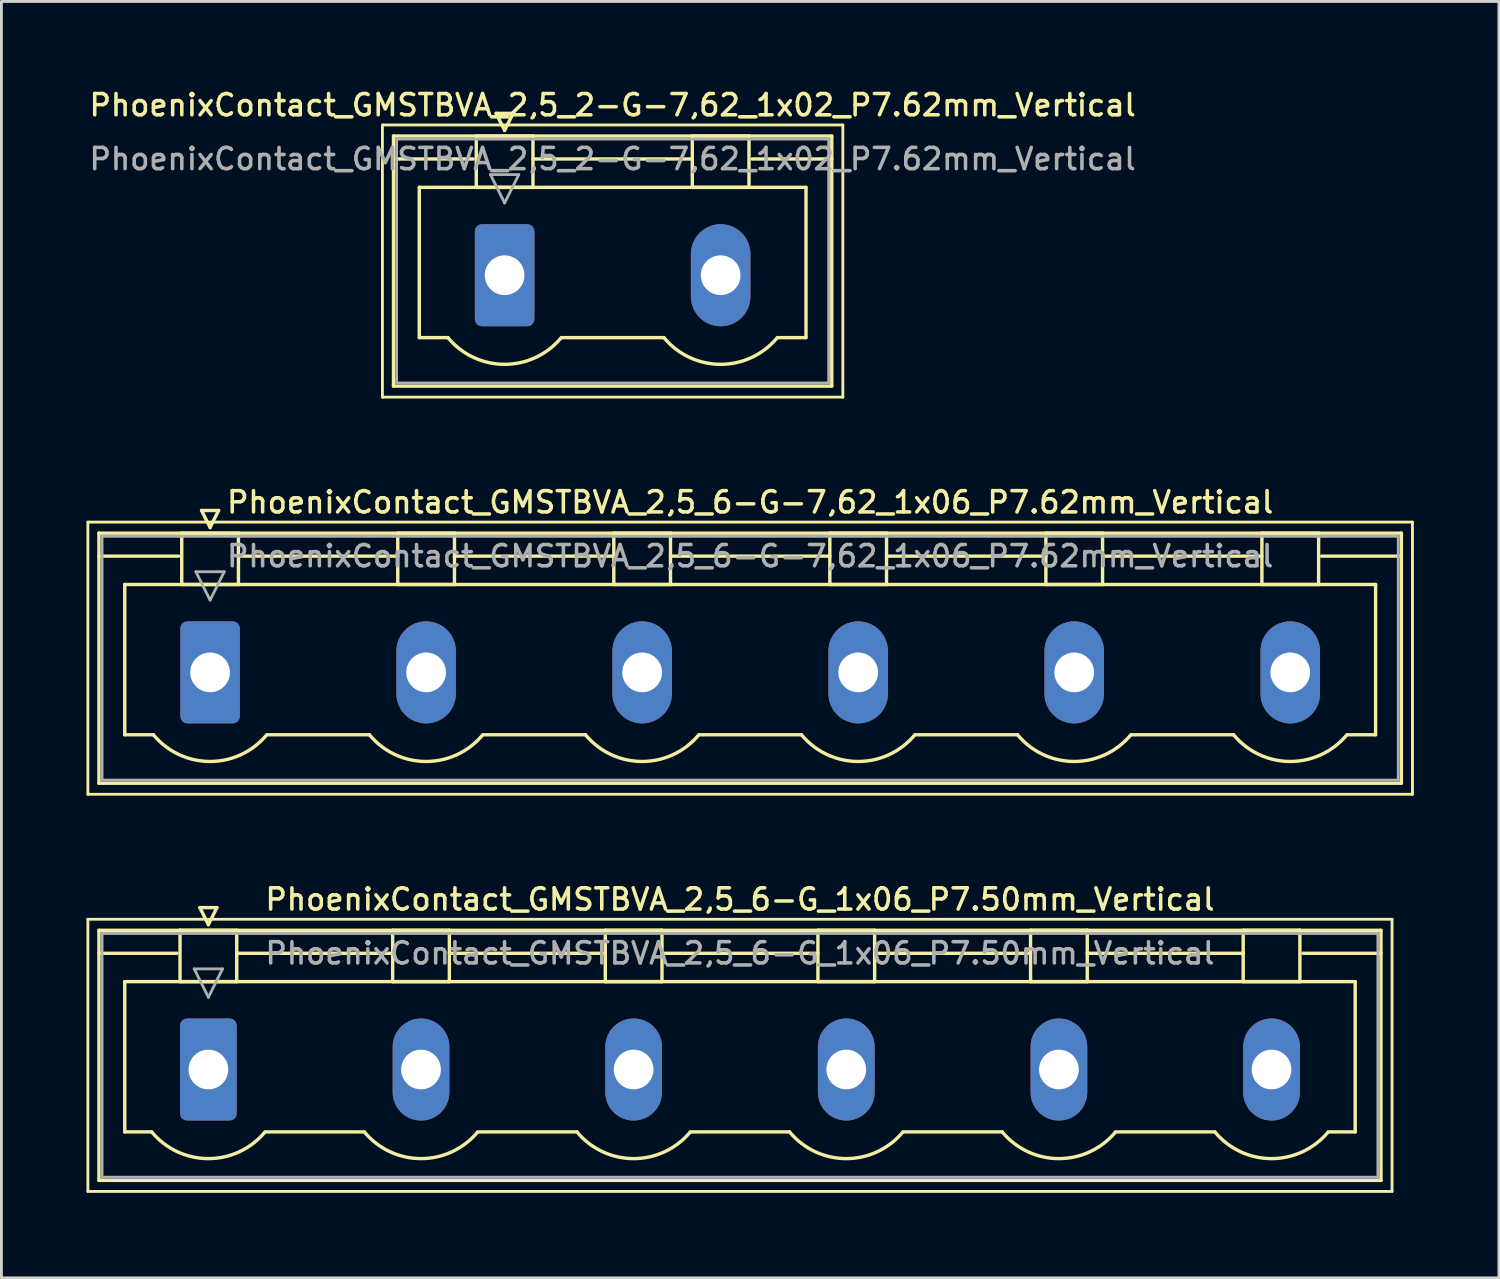
<source format=kicad_pcb>
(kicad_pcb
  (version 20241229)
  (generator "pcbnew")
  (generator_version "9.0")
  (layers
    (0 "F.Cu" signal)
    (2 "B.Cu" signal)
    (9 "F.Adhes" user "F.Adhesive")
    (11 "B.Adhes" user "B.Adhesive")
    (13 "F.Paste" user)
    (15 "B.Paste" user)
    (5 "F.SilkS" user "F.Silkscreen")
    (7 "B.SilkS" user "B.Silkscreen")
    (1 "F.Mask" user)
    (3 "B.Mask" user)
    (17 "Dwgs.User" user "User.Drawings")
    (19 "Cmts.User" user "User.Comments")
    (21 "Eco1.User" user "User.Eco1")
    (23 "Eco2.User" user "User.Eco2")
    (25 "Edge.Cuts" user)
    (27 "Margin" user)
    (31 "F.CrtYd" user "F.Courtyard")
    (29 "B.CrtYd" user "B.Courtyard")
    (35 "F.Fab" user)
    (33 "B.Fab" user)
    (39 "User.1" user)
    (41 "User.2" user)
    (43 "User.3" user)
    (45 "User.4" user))
  (footprint "PhoenixContact_GMSTBVA_2,5_6-G-7,62_1x06_P7.62mm_Vertical"
    (layer "F.Cu")
    (at 4.36 20.666)
    (property "Reference" "PhoenixContact_GMSTBVA_2,5_6-G-7,62_1x06_P7.62mm_Vertical" (at 19.05 -6 0) (layer "F.SilkS") (effects (font (size 0.75 0.75) (thickness 0.125))))
    (attr through_hole)
    (fp_line (start -4.31 -5.3) (end -4.31 4.3) (stroke (width 0.1) (type solid)) (layer "F.SilkS"))
    (fp_line (start -4.31 4.3) (end 42.41 4.3) (stroke (width 0.1) (type solid)) (layer "F.SilkS"))
    (fp_line (start -3.92 -4.91) (end -3.92 3.91) (stroke (width 0.12) (type solid)) (layer "F.SilkS"))
    (fp_line (start -3.92 -4.1) (end -1.11 -4.1) (stroke (width 0.12) (type solid)) (layer "F.SilkS"))
    (fp_line (start -3.92 3.91) (end 42.02 3.91) (stroke (width 0.12) (type solid)) (layer "F.SilkS"))
    (fp_line (start -3.01 -3.1) (end 41.11 -3.1) (stroke (width 0.12) (type solid)) (layer "F.SilkS"))
    (fp_line (start -3.01 2.2) (end -3.01 -3.1) (stroke (width 0.12) (type solid)) (layer "F.SilkS"))
    (fp_line (start -2 2.2) (end -3.01 2.2) (stroke (width 0.12) (type solid)) (layer "F.SilkS"))
    (fp_line (start -1 -4.91) (end 1 -4.91) (stroke (width 0.12) (type solid)) (layer "F.SilkS"))
    (fp_line (start -1 -3.1) (end -1 -4.91) (stroke (width 0.12) (type solid)) (layer "F.SilkS"))
    (fp_line (start -0.3 -5.71) (end 0.3 -5.71) (stroke (width 0.12) (type solid)) (layer "F.SilkS"))
    (fp_line (start 0 -5.11) (end -0.3 -5.71) (stroke (width 0.12) (type solid)) (layer "F.SilkS"))
    (fp_line (start 0.3 -5.71) (end 0 -5.11) (stroke (width 0.12) (type solid)) (layer "F.SilkS"))
    (fp_line (start 1 -4.91) (end 1 -3.1) (stroke (width 0.12) (type solid)) (layer "F.SilkS"))
    (fp_line (start 1 -4.1) (end 6.62 -4.1) (stroke (width 0.12) (type solid)) (layer "F.SilkS"))
    (fp_line (start 1 -3.1) (end -1 -3.1) (stroke (width 0.12) (type solid)) (layer "F.SilkS"))
    (fp_line (start 2 2.2) (end 5.62 2.2) (stroke (width 0.12) (type solid)) (layer "F.SilkS"))
    (fp_line (start 6.62 -4.91) (end 8.62 -4.91) (stroke (width 0.12) (type solid)) (layer "F.SilkS"))
    (fp_line (start 6.62 -3.1) (end 6.62 -4.91) (stroke (width 0.12) (type solid)) (layer "F.SilkS"))
    (fp_line (start 8.62 -4.91) (end 8.62 -3.1) (stroke (width 0.12) (type solid)) (layer "F.SilkS"))
    (fp_line (start 8.62 -4.1) (end 14.24 -4.1) (stroke (width 0.12) (type solid)) (layer "F.SilkS"))
    (fp_line (start 8.62 -3.1) (end 6.62 -3.1) (stroke (width 0.12) (type solid)) (layer "F.SilkS"))
    (fp_line (start 9.62 2.2) (end 13.24 2.2) (stroke (width 0.12) (type solid)) (layer "F.SilkS"))
    (fp_line (start 14.24 -4.91) (end 16.24 -4.91) (stroke (width 0.12) (type solid)) (layer "F.SilkS"))
    (fp_line (start 14.24 -3.1) (end 14.24 -4.91) (stroke (width 0.12) (type solid)) (layer "F.SilkS"))
    (fp_line (start 16.24 -4.91) (end 16.24 -3.1) (stroke (width 0.12) (type solid)) (layer "F.SilkS"))
    (fp_line (start 16.24 -4.1) (end 21.86 -4.1) (stroke (width 0.12) (type solid)) (layer "F.SilkS"))
    (fp_line (start 16.24 -3.1) (end 14.24 -3.1) (stroke (width 0.12) (type solid)) (layer "F.SilkS"))
    (fp_line (start 17.24 2.2) (end 20.86 2.2) (stroke (width 0.12) (type solid)) (layer "F.SilkS"))
    (fp_line (start 21.86 -4.91) (end 23.86 -4.91) (stroke (width 0.12) (type solid)) (layer "F.SilkS"))
    (fp_line (start 21.86 -3.1) (end 21.86 -4.91) (stroke (width 0.12) (type solid)) (layer "F.SilkS"))
    (fp_line (start 23.86 -4.91) (end 23.86 -3.1) (stroke (width 0.12) (type solid)) (layer "F.SilkS"))
    (fp_line (start 23.86 -4.1) (end 29.48 -4.1) (stroke (width 0.12) (type solid)) (layer "F.SilkS"))
    (fp_line (start 23.86 -3.1) (end 21.86 -3.1) (stroke (width 0.12) (type solid)) (layer "F.SilkS"))
    (fp_line (start 24.86 2.2) (end 28.48 2.2) (stroke (width 0.12) (type solid)) (layer "F.SilkS"))
    (fp_line (start 29.48 -4.91) (end 31.48 -4.91) (stroke (width 0.12) (type solid)) (layer "F.SilkS"))
    (fp_line (start 29.48 -3.1) (end 29.48 -4.91) (stroke (width 0.12) (type solid)) (layer "F.SilkS"))
    (fp_line (start 31.48 -4.91) (end 31.48 -3.1) (stroke (width 0.12) (type solid)) (layer "F.SilkS"))
    (fp_line (start 31.48 -4.1) (end 37.1 -4.1) (stroke (width 0.12) (type solid)) (layer "F.SilkS"))
    (fp_line (start 31.48 -3.1) (end 29.48 -3.1) (stroke (width 0.12) (type solid)) (layer "F.SilkS"))
    (fp_line (start 32.48 2.2) (end 36.1 2.2) (stroke (width 0.12) (type solid)) (layer "F.SilkS"))
    (fp_line (start 37.1 -4.91) (end 39.1 -4.91) (stroke (width 0.12) (type solid)) (layer "F.SilkS"))
    (fp_line (start 37.1 -3.1) (end 37.1 -4.91) (stroke (width 0.12) (type solid)) (layer "F.SilkS"))
    (fp_line (start 39.1 -4.91) (end 39.1 -3.1) (stroke (width 0.12) (type solid)) (layer "F.SilkS"))
    (fp_line (start 39.1 -3.1) (end 37.1 -3.1) (stroke (width 0.12) (type solid)) (layer "F.SilkS"))
    (fp_line (start 41.11 -3.1) (end 41.11 2.2) (stroke (width 0.12) (type solid)) (layer "F.SilkS"))
    (fp_line (start 41.11 2.2) (end 40.1 2.2) (stroke (width 0.12) (type solid)) (layer "F.SilkS"))
    (fp_line (start 42.02 -4.91) (end -3.92 -4.91) (stroke (width 0.12) (type solid)) (layer "F.SilkS"))
    (fp_line (start 42.02 -4.1) (end 39.21 -4.1) (stroke (width 0.12) (type solid)) (layer "F.SilkS"))
    (fp_line (start 42.02 3.91) (end 42.02 -4.91) (stroke (width 0.12) (type solid)) (layer "F.SilkS"))
    (fp_line (start 42.41 -5.3) (end -4.31 -5.3) (stroke (width 0.1) (type solid)) (layer "F.SilkS"))
    (fp_line (start 42.41 4.3) (end 42.41 -5.3) (stroke (width 0.1) (type solid)) (layer "F.SilkS"))
    (fp_arc (start 1.986842 2.215821) (mid -0.010289 3.142758) (end -2 2.2) (stroke (width 0.12) (type solid)) (layer "F.SilkS"))
    (fp_arc (start 9.606842 2.215821) (mid 7.609711 3.142758) (end 5.62 2.2) (stroke (width 0.12) (type solid)) (layer "F.SilkS"))
    (fp_arc (start 17.226842 2.215821) (mid 15.229711 3.142758) (end 13.24 2.2) (stroke (width 0.12) (type solid)) (layer "F.SilkS"))
    (fp_arc (start 24.846842 2.215821) (mid 22.849711 3.142758) (end 20.86 2.2) (stroke (width 0.12) (type solid)) (layer "F.SilkS"))
    (fp_arc (start 32.466842 2.215821) (mid 30.469711 3.142758) (end 28.48 2.2) (stroke (width 0.12) (type solid)) (layer "F.SilkS"))
    (fp_arc (start 40.086842 2.215821) (mid 38.089711 3.142758) (end 36.1 2.2) (stroke (width 0.12) (type solid)) (layer "F.SilkS"))
    (fp_line (start -3.81 -4.8) (end -3.81 3.8) (stroke (width 0.1) (type solid)) (layer "F.Fab"))
    (fp_line (start -3.81 3.8) (end 41.91 3.8) (stroke (width 0.1) (type solid)) (layer "F.Fab"))
    (fp_line (start -0.5 -3.55) (end 0.5 -3.55) (stroke (width 0.1) (type solid)) (layer "F.Fab"))
    (fp_line (start 0 -2.55) (end -0.5 -3.55) (stroke (width 0.1) (type solid)) (layer "F.Fab"))
    (fp_line (start 0.5 -3.55) (end 0 -2.55) (stroke (width 0.1) (type solid)) (layer "F.Fab"))
    (fp_line (start 41.91 -4.8) (end -3.81 -4.8) (stroke (width 0.1) (type solid)) (layer "F.Fab"))
    (fp_line (start 41.91 3.8) (end 41.91 -4.8) (stroke (width 0.1) (type solid)) (layer "F.Fab"))
    (fp_text user "${REFERENCE}" (at 19.05 -4.1 0) (layer "F.Fab") (effects (font (size 0.75 0.75) (thickness 0.125))))
    (pad "1" thru_hole roundrect (at 0 0) (size 2.1 3.6) (drill 1.4) (layers "*.Cu" "*.Mask") (roundrect_rratio 0.119))
    (pad "2" thru_hole oval (at 7.62 0) (size 2.1 3.6) (drill 1.4) (layers "*.Cu" "*.Mask"))
    (pad "3" thru_hole oval (at 15.24 0) (size 2.1 3.6) (drill 1.4) (layers "*.Cu" "*.Mask"))
    (pad "4" thru_hole oval (at 22.86 0) (size 2.1 3.6) (drill 1.4) (layers "*.Cu" "*.Mask"))
    (pad "5" thru_hole oval (at 30.48 0) (size 2.1 3.6) (drill 1.4) (layers "*.Cu" "*.Mask"))
    (pad "6" thru_hole oval (at 38.1 0) (size 2.1 3.6) (drill 1.4) (layers "*.Cu" "*.Mask")))
  (footprint "PhoenixContact_GMSTBVA_2,5_2-G-7,62_1x02_P7.62mm_Vertical"
    (layer "F.Cu")
    (at 14.749 6.658)
    (property "Reference" "PhoenixContact_GMSTBVA_2,5_2-G-7,62_1x02_P7.62mm_Vertical" (at 3.81 -6 0) (layer "F.SilkS") (effects (font (size 0.75 0.75) (thickness 0.125))))
    (attr through_hole)
    (fp_line (start -4.31 -5.3) (end -4.31 4.3) (stroke (width 0.1) (type solid)) (layer "F.SilkS"))
    (fp_line (start -4.31 4.3) (end 11.93 4.3) (stroke (width 0.1) (type solid)) (layer "F.SilkS"))
    (fp_line (start -3.92 -4.91) (end -3.92 3.91) (stroke (width 0.12) (type solid)) (layer "F.SilkS"))
    (fp_line (start -3.92 -4.1) (end -1.11 -4.1) (stroke (width 0.12) (type solid)) (layer "F.SilkS"))
    (fp_line (start -3.92 3.91) (end 11.54 3.91) (stroke (width 0.12) (type solid)) (layer "F.SilkS"))
    (fp_line (start -3.01 -3.1) (end 10.63 -3.1) (stroke (width 0.12) (type solid)) (layer "F.SilkS"))
    (fp_line (start -3.01 2.2) (end -3.01 -3.1) (stroke (width 0.12) (type solid)) (layer "F.SilkS"))
    (fp_line (start -2 2.2) (end -3.01 2.2) (stroke (width 0.12) (type solid)) (layer "F.SilkS"))
    (fp_line (start -1 -4.91) (end 1 -4.91) (stroke (width 0.12) (type solid)) (layer "F.SilkS"))
    (fp_line (start -1 -3.1) (end -1 -4.91) (stroke (width 0.12) (type solid)) (layer "F.SilkS"))
    (fp_line (start -0.3 -5.71) (end 0.3 -5.71) (stroke (width 0.12) (type solid)) (layer "F.SilkS"))
    (fp_line (start 0 -5.11) (end -0.3 -5.71) (stroke (width 0.12) (type solid)) (layer "F.SilkS"))
    (fp_line (start 0.3 -5.71) (end 0 -5.11) (stroke (width 0.12) (type solid)) (layer "F.SilkS"))
    (fp_line (start 1 -4.91) (end 1 -3.1) (stroke (width 0.12) (type solid)) (layer "F.SilkS"))
    (fp_line (start 1 -4.1) (end 6.62 -4.1) (stroke (width 0.12) (type solid)) (layer "F.SilkS"))
    (fp_line (start 1 -3.1) (end -1 -3.1) (stroke (width 0.12) (type solid)) (layer "F.SilkS"))
    (fp_line (start 2 2.2) (end 5.62 2.2) (stroke (width 0.12) (type solid)) (layer "F.SilkS"))
    (fp_line (start 6.62 -4.91) (end 8.62 -4.91) (stroke (width 0.12) (type solid)) (layer "F.SilkS"))
    (fp_line (start 6.62 -3.1) (end 6.62 -4.91) (stroke (width 0.12) (type solid)) (layer "F.SilkS"))
    (fp_line (start 8.62 -4.91) (end 8.62 -3.1) (stroke (width 0.12) (type solid)) (layer "F.SilkS"))
    (fp_line (start 8.62 -3.1) (end 6.62 -3.1) (stroke (width 0.12) (type solid)) (layer "F.SilkS"))
    (fp_line (start 10.63 -3.1) (end 10.63 2.2) (stroke (width 0.12) (type solid)) (layer "F.SilkS"))
    (fp_line (start 10.63 2.2) (end 9.62 2.2) (stroke (width 0.12) (type solid)) (layer "F.SilkS"))
    (fp_line (start 11.54 -4.91) (end -3.92 -4.91) (stroke (width 0.12) (type solid)) (layer "F.SilkS"))
    (fp_line (start 11.54 -4.1) (end 8.73 -4.1) (stroke (width 0.12) (type solid)) (layer "F.SilkS"))
    (fp_line (start 11.54 3.91) (end 11.54 -4.91) (stroke (width 0.12) (type solid)) (layer "F.SilkS"))
    (fp_line (start 11.93 -5.3) (end -4.31 -5.3) (stroke (width 0.1) (type solid)) (layer "F.SilkS"))
    (fp_line (start 11.93 4.3) (end 11.93 -5.3) (stroke (width 0.1) (type solid)) (layer "F.SilkS"))
    (fp_arc (start 1.986842 2.215821) (mid -0.010289 3.142758) (end -2 2.2) (stroke (width 0.12) (type solid)) (layer "F.SilkS"))
    (fp_arc (start 9.606842 2.215821) (mid 7.609711 3.142758) (end 5.62 2.2) (stroke (width 0.12) (type solid)) (layer "F.SilkS"))
    (fp_line (start -3.81 -4.8) (end -3.81 3.8) (stroke (width 0.1) (type solid)) (layer "F.Fab"))
    (fp_line (start -3.81 3.8) (end 11.43 3.8) (stroke (width 0.1) (type solid)) (layer "F.Fab"))
    (fp_line (start -0.5 -3.55) (end 0.5 -3.55) (stroke (width 0.1) (type solid)) (layer "F.Fab"))
    (fp_line (start 0 -2.55) (end -0.5 -3.55) (stroke (width 0.1) (type solid)) (layer "F.Fab"))
    (fp_line (start 0.5 -3.55) (end 0 -2.55) (stroke (width 0.1) (type solid)) (layer "F.Fab"))
    (fp_line (start 11.43 -4.8) (end -3.81 -4.8) (stroke (width 0.1) (type solid)) (layer "F.Fab"))
    (fp_line (start 11.43 3.8) (end 11.43 -4.8) (stroke (width 0.1) (type solid)) (layer "F.Fab"))
    (fp_text user "${REFERENCE}" (at 3.81 -4.1 0) (layer "F.Fab") (effects (font (size 0.75 0.75) (thickness 0.125))))
    (pad "1" thru_hole roundrect (at 0 0) (size 2.1 3.6) (drill 1.4) (layers "*.Cu" "*.Mask") (roundrect_rratio 0.119))
    (pad "2" thru_hole oval (at 7.62 0) (size 2.1 3.6) (drill 1.4) (layers "*.Cu" "*.Mask")))
  (footprint "PhoenixContact_GMSTBVA_2,5_6-G_1x06_P7.50mm_Vertical"
    (layer "F.Cu")
    (at 4.3 34.674)
    (property "Reference" "PhoenixContact_GMSTBVA_2,5_6-G_1x06_P7.50mm_Vertical" (at 18.75 -6 0) (layer "F.SilkS") (effects (font (size 0.75 0.75) (thickness 0.125))))
    (attr through_hole)
    (fp_line (start -4.25 -5.3) (end -4.25 4.3) (stroke (width 0.1) (type solid)) (layer "F.SilkS"))
    (fp_line (start -4.25 4.3) (end 41.75 4.3) (stroke (width 0.1) (type solid)) (layer "F.SilkS"))
    (fp_line (start -3.86 -4.91) (end -3.86 3.91) (stroke (width 0.12) (type solid)) (layer "F.SilkS"))
    (fp_line (start -3.86 -4.1) (end -1.11 -4.1) (stroke (width 0.12) (type solid)) (layer "F.SilkS"))
    (fp_line (start -3.86 3.91) (end 41.36 3.91) (stroke (width 0.12) (type solid)) (layer "F.SilkS"))
    (fp_line (start -2.95 -3.1) (end 40.45 -3.1) (stroke (width 0.12) (type solid)) (layer "F.SilkS"))
    (fp_line (start -2.95 2.2) (end -2.95 -3.1) (stroke (width 0.12) (type solid)) (layer "F.SilkS"))
    (fp_line (start -2 2.2) (end -2.95 2.2) (stroke (width 0.12) (type solid)) (layer "F.SilkS"))
    (fp_line (start -1 -4.91) (end 1 -4.91) (stroke (width 0.12) (type solid)) (layer "F.SilkS"))
    (fp_line (start -1 -3.1) (end -1 -4.91) (stroke (width 0.12) (type solid)) (layer "F.SilkS"))
    (fp_line (start -0.3 -5.71) (end 0.3 -5.71) (stroke (width 0.12) (type solid)) (layer "F.SilkS"))
    (fp_line (start 0 -5.11) (end -0.3 -5.71) (stroke (width 0.12) (type solid)) (layer "F.SilkS"))
    (fp_line (start 0.3 -5.71) (end 0 -5.11) (stroke (width 0.12) (type solid)) (layer "F.SilkS"))
    (fp_line (start 1 -4.91) (end 1 -3.1) (stroke (width 0.12) (type solid)) (layer "F.SilkS"))
    (fp_line (start 1 -4.1) (end 6.5 -4.1) (stroke (width 0.12) (type solid)) (layer "F.SilkS"))
    (fp_line (start 1 -3.1) (end -1 -3.1) (stroke (width 0.12) (type solid)) (layer "F.SilkS"))
    (fp_line (start 2 2.2) (end 5.5 2.2) (stroke (width 0.12) (type solid)) (layer "F.SilkS"))
    (fp_line (start 6.5 -4.91) (end 8.5 -4.91) (stroke (width 0.12) (type solid)) (layer "F.SilkS"))
    (fp_line (start 6.5 -3.1) (end 6.5 -4.91) (stroke (width 0.12) (type solid)) (layer "F.SilkS"))
    (fp_line (start 8.5 -4.91) (end 8.5 -3.1) (stroke (width 0.12) (type solid)) (layer "F.SilkS"))
    (fp_line (start 8.5 -4.1) (end 14 -4.1) (stroke (width 0.12) (type solid)) (layer "F.SilkS"))
    (fp_line (start 8.5 -3.1) (end 6.5 -3.1) (stroke (width 0.12) (type solid)) (layer "F.SilkS"))
    (fp_line (start 9.5 2.2) (end 13 2.2) (stroke (width 0.12) (type solid)) (layer "F.SilkS"))
    (fp_line (start 14 -4.91) (end 16 -4.91) (stroke (width 0.12) (type solid)) (layer "F.SilkS"))
    (fp_line (start 14 -3.1) (end 14 -4.91) (stroke (width 0.12) (type solid)) (layer "F.SilkS"))
    (fp_line (start 16 -4.91) (end 16 -3.1) (stroke (width 0.12) (type solid)) (layer "F.SilkS"))
    (fp_line (start 16 -4.1) (end 21.5 -4.1) (stroke (width 0.12) (type solid)) (layer "F.SilkS"))
    (fp_line (start 16 -3.1) (end 14 -3.1) (stroke (width 0.12) (type solid)) (layer "F.SilkS"))
    (fp_line (start 17 2.2) (end 20.5 2.2) (stroke (width 0.12) (type solid)) (layer "F.SilkS"))
    (fp_line (start 21.5 -4.91) (end 23.5 -4.91) (stroke (width 0.12) (type solid)) (layer "F.SilkS"))
    (fp_line (start 21.5 -3.1) (end 21.5 -4.91) (stroke (width 0.12) (type solid)) (layer "F.SilkS"))
    (fp_line (start 23.5 -4.91) (end 23.5 -3.1) (stroke (width 0.12) (type solid)) (layer "F.SilkS"))
    (fp_line (start 23.5 -4.1) (end 29 -4.1) (stroke (width 0.12) (type solid)) (layer "F.SilkS"))
    (fp_line (start 23.5 -3.1) (end 21.5 -3.1) (stroke (width 0.12) (type solid)) (layer "F.SilkS"))
    (fp_line (start 24.5 2.2) (end 28 2.2) (stroke (width 0.12) (type solid)) (layer "F.SilkS"))
    (fp_line (start 29 -4.91) (end 31 -4.91) (stroke (width 0.12) (type solid)) (layer "F.SilkS"))
    (fp_line (start 29 -3.1) (end 29 -4.91) (stroke (width 0.12) (type solid)) (layer "F.SilkS"))
    (fp_line (start 31 -4.91) (end 31 -3.1) (stroke (width 0.12) (type solid)) (layer "F.SilkS"))
    (fp_line (start 31 -4.1) (end 36.5 -4.1) (stroke (width 0.12) (type solid)) (layer "F.SilkS"))
    (fp_line (start 31 -3.1) (end 29 -3.1) (stroke (width 0.12) (type solid)) (layer "F.SilkS"))
    (fp_line (start 32 2.2) (end 35.5 2.2) (stroke (width 0.12) (type solid)) (layer "F.SilkS"))
    (fp_line (start 36.5 -4.91) (end 38.5 -4.91) (stroke (width 0.12) (type solid)) (layer "F.SilkS"))
    (fp_line (start 36.5 -3.1) (end 36.5 -4.91) (stroke (width 0.12) (type solid)) (layer "F.SilkS"))
    (fp_line (start 38.5 -4.91) (end 38.5 -3.1) (stroke (width 0.12) (type solid)) (layer "F.SilkS"))
    (fp_line (start 38.5 -3.1) (end 36.5 -3.1) (stroke (width 0.12) (type solid)) (layer "F.SilkS"))
    (fp_line (start 40.45 -3.1) (end 40.45 2.2) (stroke (width 0.12) (type solid)) (layer "F.SilkS"))
    (fp_line (start 40.45 2.2) (end 39.5 2.2) (stroke (width 0.12) (type solid)) (layer "F.SilkS"))
    (fp_line (start 41.36 -4.91) (end -3.86 -4.91) (stroke (width 0.12) (type solid)) (layer "F.SilkS"))
    (fp_line (start 41.36 -4.1) (end 38.61 -4.1) (stroke (width 0.12) (type solid)) (layer "F.SilkS"))
    (fp_line (start 41.36 3.91) (end 41.36 -4.91) (stroke (width 0.12) (type solid)) (layer "F.SilkS"))
    (fp_line (start 41.75 -5.3) (end -4.25 -5.3) (stroke (width 0.1) (type solid)) (layer "F.SilkS"))
    (fp_line (start 41.75 4.3) (end 41.75 -5.3) (stroke (width 0.1) (type solid)) (layer "F.SilkS"))
    (fp_arc (start 1.986842 2.215821) (mid -0.010289 3.142758) (end -2 2.2) (stroke (width 0.12) (type solid)) (layer "F.SilkS"))
    (fp_arc (start 9.486842 2.215821) (mid 7.489711 3.142758) (end 5.5 2.2) (stroke (width 0.12) (type solid)) (layer "F.SilkS"))
    (fp_arc (start 16.986842 2.215821) (mid 14.989711 3.142758) (end 13 2.2) (stroke (width 0.12) (type solid)) (layer "F.SilkS"))
    (fp_arc (start 24.486842 2.215821) (mid 22.489711 3.142758) (end 20.5 2.2) (stroke (width 0.12) (type solid)) (layer "F.SilkS"))
    (fp_arc (start 31.986842 2.215821) (mid 29.989711 3.142758) (end 28 2.2) (stroke (width 0.12) (type solid)) (layer "F.SilkS"))
    (fp_arc (start 39.486842 2.215821) (mid 37.489711 3.142758) (end 35.5 2.2) (stroke (width 0.12) (type solid)) (layer "F.SilkS"))
    (fp_line (start -3.75 -4.8) (end -3.75 3.8) (stroke (width 0.1) (type solid)) (layer "F.Fab"))
    (fp_line (start -3.75 3.8) (end 41.25 3.8) (stroke (width 0.1) (type solid)) (layer "F.Fab"))
    (fp_line (start -0.5 -3.55) (end 0.5 -3.55) (stroke (width 0.1) (type solid)) (layer "F.Fab"))
    (fp_line (start 0 -2.55) (end -0.5 -3.55) (stroke (width 0.1) (type solid)) (layer "F.Fab"))
    (fp_line (start 0.5 -3.55) (end 0 -2.55) (stroke (width 0.1) (type solid)) (layer "F.Fab"))
    (fp_line (start 41.25 -4.8) (end -3.75 -4.8) (stroke (width 0.1) (type solid)) (layer "F.Fab"))
    (fp_line (start 41.25 3.8) (end 41.25 -4.8) (stroke (width 0.1) (type solid)) (layer "F.Fab"))
    (fp_text user "${REFERENCE}" (at 18.75 -4.1 0) (layer "F.Fab") (effects (font (size 0.75 0.75) (thickness 0.125))))
    (pad "1" thru_hole roundrect (at 0 0) (size 2 3.6) (drill 1.4) (layers "*.Cu" "*.Mask") (roundrect_rratio 0.125))
    (pad "2" thru_hole oval (at 7.5 0) (size 2 3.6) (drill 1.4) (layers "*.Cu" "*.Mask"))
    (pad "3" thru_hole oval (at 15 0) (size 2 3.6) (drill 1.4) (layers "*.Cu" "*.Mask"))
    (pad "4" thru_hole oval (at 22.5 0) (size 2 3.6) (drill 1.4) (layers "*.Cu" "*.Mask"))
    (pad "5" thru_hole oval (at 30 0) (size 2 3.6) (drill 1.4) (layers "*.Cu" "*.Mask"))
    (pad "6" thru_hole oval (at 37.5 0) (size 2 3.6) (drill 1.4) (layers "*.Cu" "*.Mask")))
  (gr_rect
    (start -3 -3)
    (end 49.82 42.024)
    (stroke (width 0.1) (type default))
    (fill no)
    (layer "Edge.Cuts")))
</source>
